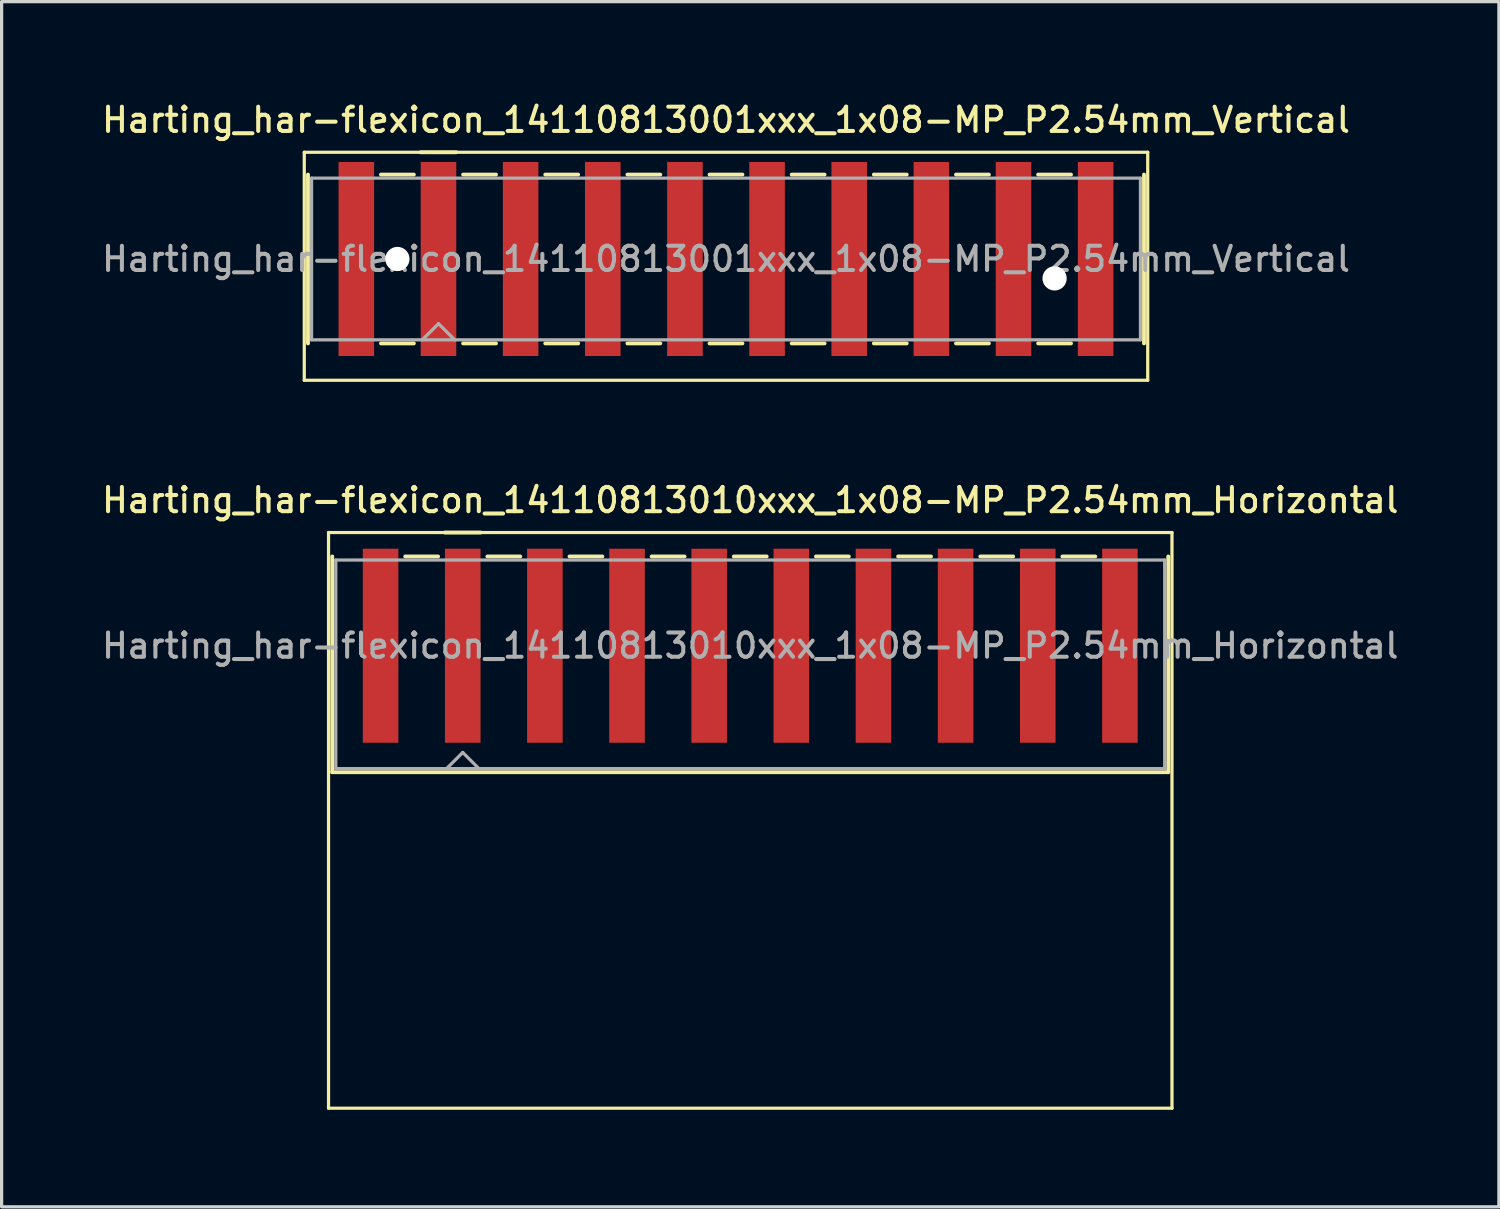
<source format=kicad_pcb>
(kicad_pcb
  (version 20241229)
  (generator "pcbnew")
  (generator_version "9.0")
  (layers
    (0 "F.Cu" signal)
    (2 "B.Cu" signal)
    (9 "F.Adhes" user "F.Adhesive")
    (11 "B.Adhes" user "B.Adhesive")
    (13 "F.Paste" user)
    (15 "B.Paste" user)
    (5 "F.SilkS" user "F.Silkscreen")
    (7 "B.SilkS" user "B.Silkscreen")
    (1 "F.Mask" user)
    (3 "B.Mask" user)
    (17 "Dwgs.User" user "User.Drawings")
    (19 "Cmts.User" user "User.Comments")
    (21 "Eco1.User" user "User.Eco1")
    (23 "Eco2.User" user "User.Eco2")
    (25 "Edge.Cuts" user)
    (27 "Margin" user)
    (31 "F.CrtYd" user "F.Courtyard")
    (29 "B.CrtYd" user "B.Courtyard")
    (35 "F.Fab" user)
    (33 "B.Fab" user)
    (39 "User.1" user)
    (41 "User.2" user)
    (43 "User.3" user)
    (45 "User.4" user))
  (footprint "Harting_har-flexicon_14110813010xxx_1x08-MP_P2.54mm_Horizontal"
    (layer "F.Cu")
    (at 20.148 18.216)
    (property "Reference" "Harting_har-flexicon_14110813010xxx_1x08-MP_P2.54mm_Horizontal" (at 0 -5.8 0) (layer "F.SilkS") (effects (font (size 0.75 0.75) (thickness 0.125))))
    (attr smd)
    (fp_line (start -13.04 -4.8) (end -13.04 13) (stroke (width 0.1) (type solid)) (layer "F.SilkS"))
    (fp_line (start -13.04 13) (end 13.04 13) (stroke (width 0.1) (type solid)) (layer "F.SilkS"))
    (fp_line (start -12.925 -4.06) (end -12.925 2.61) (stroke (width 0.12) (type solid)) (layer "F.SilkS"))
    (fp_line (start -10.668 -4.06) (end -9.652 -4.06) (stroke (width 0.12) (type solid)) (layer "F.SilkS"))
    (fp_line (start -9.44 -4.8) (end -8.34 -4.8) (stroke (width 0.12) (type solid)) (layer "F.SilkS"))
    (fp_line (start -8.128 -4.06) (end -7.112 -4.06) (stroke (width 0.12) (type solid)) (layer "F.SilkS"))
    (fp_line (start -5.588 -4.06) (end -4.572 -4.06) (stroke (width 0.12) (type solid)) (layer "F.SilkS"))
    (fp_line (start -3.048 -4.06) (end -2.032 -4.06) (stroke (width 0.12) (type solid)) (layer "F.SilkS"))
    (fp_line (start -0.508 -4.06) (end 0.508 -4.06) (stroke (width 0.12) (type solid)) (layer "F.SilkS"))
    (fp_line (start 2.032 -4.06) (end 3.048 -4.06) (stroke (width 0.12) (type solid)) (layer "F.SilkS"))
    (fp_line (start 4.572 -4.06) (end 5.588 -4.06) (stroke (width 0.12) (type solid)) (layer "F.SilkS"))
    (fp_line (start 7.112 -4.06) (end 8.128 -4.06) (stroke (width 0.12) (type solid)) (layer "F.SilkS"))
    (fp_line (start 9.652 -4.06) (end 10.668 -4.06) (stroke (width 0.12) (type solid)) (layer "F.SilkS"))
    (fp_line (start 12.925 -4.06) (end 12.925 2.61) (stroke (width 0.12) (type solid)) (layer "F.SilkS"))
    (fp_line (start 12.925 2.61) (end -12.925 2.61) (stroke (width 0.12) (type solid)) (layer "F.SilkS"))
    (fp_line (start 13.04 -4.8) (end -13.04 -4.8) (stroke (width 0.1) (type solid)) (layer "F.SilkS"))
    (fp_line (start 13.04 13) (end 13.04 -4.8) (stroke (width 0.1) (type solid)) (layer "F.SilkS"))
    (fp_line (start -12.815 -3.95) (end -12.815 2.5) (stroke (width 0.1) (type solid)) (layer "F.Fab"))
    (fp_line (start -12.815 2.5) (end 12.815 2.5) (stroke (width 0.1) (type solid)) (layer "F.Fab"))
    (fp_line (start -9.39 2.5) (end -8.89 2) (stroke (width 0.1) (type solid)) (layer "F.Fab"))
    (fp_line (start -8.89 2) (end -8.39 2.5) (stroke (width 0.1) (type solid)) (layer "F.Fab"))
    (fp_line (start 12.815 -3.95) (end -12.815 -3.95) (stroke (width 0.1) (type solid)) (layer "F.Fab"))
    (fp_line (start 12.815 2.5) (end 12.815 -3.95) (stroke (width 0.1) (type solid)) (layer "F.Fab"))
    (fp_text user "${REFERENCE}" (at 0 -1.3 0) (layer "F.Fab") (effects (font (size 0.75 0.75) (thickness 0.125))))
    (pad "1" smd rect (at -8.89 -1.3) (size 1.1 6) (layers "F.Cu" "F.Mask" "F.Paste"))
    (pad "2" smd rect (at -6.35 -1.3) (size 1.1 6) (layers "F.Cu" "F.Mask" "F.Paste"))
    (pad "3" smd rect (at -3.81 -1.3) (size 1.1 6) (layers "F.Cu" "F.Mask" "F.Paste"))
    (pad "4" smd rect (at -1.27 -1.3) (size 1.1 6) (layers "F.Cu" "F.Mask" "F.Paste"))
    (pad "5" smd rect (at 1.27 -1.3) (size 1.1 6) (layers "F.Cu" "F.Mask" "F.Paste"))
    (pad "6" smd rect (at 3.81 -1.3) (size 1.1 6) (layers "F.Cu" "F.Mask" "F.Paste"))
    (pad "7" smd rect (at 6.35 -1.3) (size 1.1 6) (layers "F.Cu" "F.Mask" "F.Paste"))
    (pad "8" smd rect (at 8.89 -1.3) (size 1.1 6) (layers "F.Cu" "F.Mask" "F.Paste"))
    (pad "MP" smd rect (at -11.43 -1.3) (size 1.1 6) (layers "F.Cu" "F.Mask" "F.Paste"))
    (pad "MP" smd rect (at 11.43 -1.3) (size 1.1 6) (layers "F.Cu" "F.Mask" "F.Paste")))
  (footprint "Harting_har-flexicon_14110813001xxx_1x08-MP_P2.54mm_Vertical"
    (layer "F.Cu")
    (at 19.398 4.958)
    (property "Reference" "Harting_har-flexicon_14110813001xxx_1x08-MP_P2.54mm_Vertical" (at 0 -4.3 0) (layer "F.SilkS") (effects (font (size 0.75 0.75) (thickness 0.125))))
    (attr smd)
    (fp_line (start -13.04 -3.3) (end -13.04 3.75) (stroke (width 0.1) (type solid)) (layer "F.SilkS"))
    (fp_line (start -13.04 3.75) (end 13.04 3.75) (stroke (width 0.1) (type solid)) (layer "F.SilkS"))
    (fp_line (start -12.925 -2.61) (end -12.925 2.61) (stroke (width 0.12) (type solid)) (layer "F.SilkS"))
    (fp_line (start -10.668 -2.61) (end -9.652 -2.61) (stroke (width 0.12) (type solid)) (layer "F.SilkS"))
    (fp_line (start -10.668 2.61) (end -9.652 2.61) (stroke (width 0.12) (type solid)) (layer "F.SilkS"))
    (fp_line (start -9.44 -3.3) (end -8.34 -3.3) (stroke (width 0.12) (type solid)) (layer "F.SilkS"))
    (fp_line (start -8.128 -2.61) (end -7.112 -2.61) (stroke (width 0.12) (type solid)) (layer "F.SilkS"))
    (fp_line (start -8.128 2.61) (end -7.112 2.61) (stroke (width 0.12) (type solid)) (layer "F.SilkS"))
    (fp_line (start -5.588 -2.61) (end -4.572 -2.61) (stroke (width 0.12) (type solid)) (layer "F.SilkS"))
    (fp_line (start -5.588 2.61) (end -4.572 2.61) (stroke (width 0.12) (type solid)) (layer "F.SilkS"))
    (fp_line (start -3.048 -2.61) (end -2.032 -2.61) (stroke (width 0.12) (type solid)) (layer "F.SilkS"))
    (fp_line (start -3.048 2.61) (end -2.032 2.61) (stroke (width 0.12) (type solid)) (layer "F.SilkS"))
    (fp_line (start -0.508 -2.61) (end 0.508 -2.61) (stroke (width 0.12) (type solid)) (layer "F.SilkS"))
    (fp_line (start -0.508 2.61) (end 0.508 2.61) (stroke (width 0.12) (type solid)) (layer "F.SilkS"))
    (fp_line (start 2.032 -2.61) (end 3.048 -2.61) (stroke (width 0.12) (type solid)) (layer "F.SilkS"))
    (fp_line (start 2.032 2.61) (end 3.048 2.61) (stroke (width 0.12) (type solid)) (layer "F.SilkS"))
    (fp_line (start 4.572 -2.61) (end 5.588 -2.61) (stroke (width 0.12) (type solid)) (layer "F.SilkS"))
    (fp_line (start 4.572 2.61) (end 5.588 2.61) (stroke (width 0.12) (type solid)) (layer "F.SilkS"))
    (fp_line (start 7.112 -2.61) (end 8.128 -2.61) (stroke (width 0.12) (type solid)) (layer "F.SilkS"))
    (fp_line (start 7.112 2.61) (end 8.128 2.61) (stroke (width 0.12) (type solid)) (layer "F.SilkS"))
    (fp_line (start 9.652 -2.61) (end 10.668 -2.61) (stroke (width 0.12) (type solid)) (layer "F.SilkS"))
    (fp_line (start 9.652 2.61) (end 10.668 2.61) (stroke (width 0.12) (type solid)) (layer "F.SilkS"))
    (fp_line (start 12.925 -2.61) (end 12.925 2.61) (stroke (width 0.12) (type solid)) (layer "F.SilkS"))
    (fp_line (start 13.04 -3.3) (end -13.04 -3.3) (stroke (width 0.1) (type solid)) (layer "F.SilkS"))
    (fp_line (start 13.04 3.75) (end 13.04 -3.3) (stroke (width 0.1) (type solid)) (layer "F.SilkS"))
    (fp_line (start -12.815 -2.5) (end -12.815 2.5) (stroke (width 0.1) (type solid)) (layer "F.Fab"))
    (fp_line (start -12.815 2.5) (end 12.815 2.5) (stroke (width 0.1) (type solid)) (layer "F.Fab"))
    (fp_line (start -9.39 2.5) (end -8.89 2) (stroke (width 0.1) (type solid)) (layer "F.Fab"))
    (fp_line (start -8.89 2) (end -8.39 2.5) (stroke (width 0.1) (type solid)) (layer "F.Fab"))
    (fp_line (start 12.815 -2.5) (end -12.815 -2.5) (stroke (width 0.1) (type solid)) (layer "F.Fab"))
    (fp_line (start 12.815 2.5) (end 12.815 -2.5) (stroke (width 0.1) (type solid)) (layer "F.Fab"))
    (fp_text user "${REFERENCE}" (at 0 0 0) (layer "F.Fab") (effects (font (size 0.75 0.75) (thickness 0.125))))
    (pad "" np_thru_hole circle (at -10.16 0) (size 0.75 0.75) (drill 1) (layers "*.Cu" "*.Mask"))
    (pad "" np_thru_hole circle (at 10.16 0.6) (size 0.75 0.75) (drill 1) (layers "*.Cu" "*.Mask"))
    (pad "1" smd rect (at -8.89 0) (size 1.1 6) (layers "F.Cu" "F.Mask" "F.Paste"))
    (pad "2" smd rect (at -6.35 0) (size 1.1 6) (layers "F.Cu" "F.Mask" "F.Paste"))
    (pad "3" smd rect (at -3.81 0) (size 1.1 6) (layers "F.Cu" "F.Mask" "F.Paste"))
    (pad "4" smd rect (at -1.27 0) (size 1.1 6) (layers "F.Cu" "F.Mask" "F.Paste"))
    (pad "5" smd rect (at 1.27 0) (size 1.1 6) (layers "F.Cu" "F.Mask" "F.Paste"))
    (pad "6" smd rect (at 3.81 0) (size 1.1 6) (layers "F.Cu" "F.Mask" "F.Paste"))
    (pad "7" smd rect (at 6.35 0) (size 1.1 6) (layers "F.Cu" "F.Mask" "F.Paste"))
    (pad "8" smd rect (at 8.89 0) (size 1.1 6) (layers "F.Cu" "F.Mask" "F.Paste"))
    (pad "MP" smd rect (at -11.43 0) (size 1.1 6) (layers "F.Cu" "F.Mask" "F.Paste"))
    (pad "MP" smd rect (at 11.43 0) (size 1.1 6) (layers "F.Cu" "F.Mask" "F.Paste")))
  (gr_rect
    (start -3 -3)
    (end 43.296 34.266)
    (stroke (width 0.1) (type default))
    (fill no)
    (layer "Edge.Cuts")))
</source>
